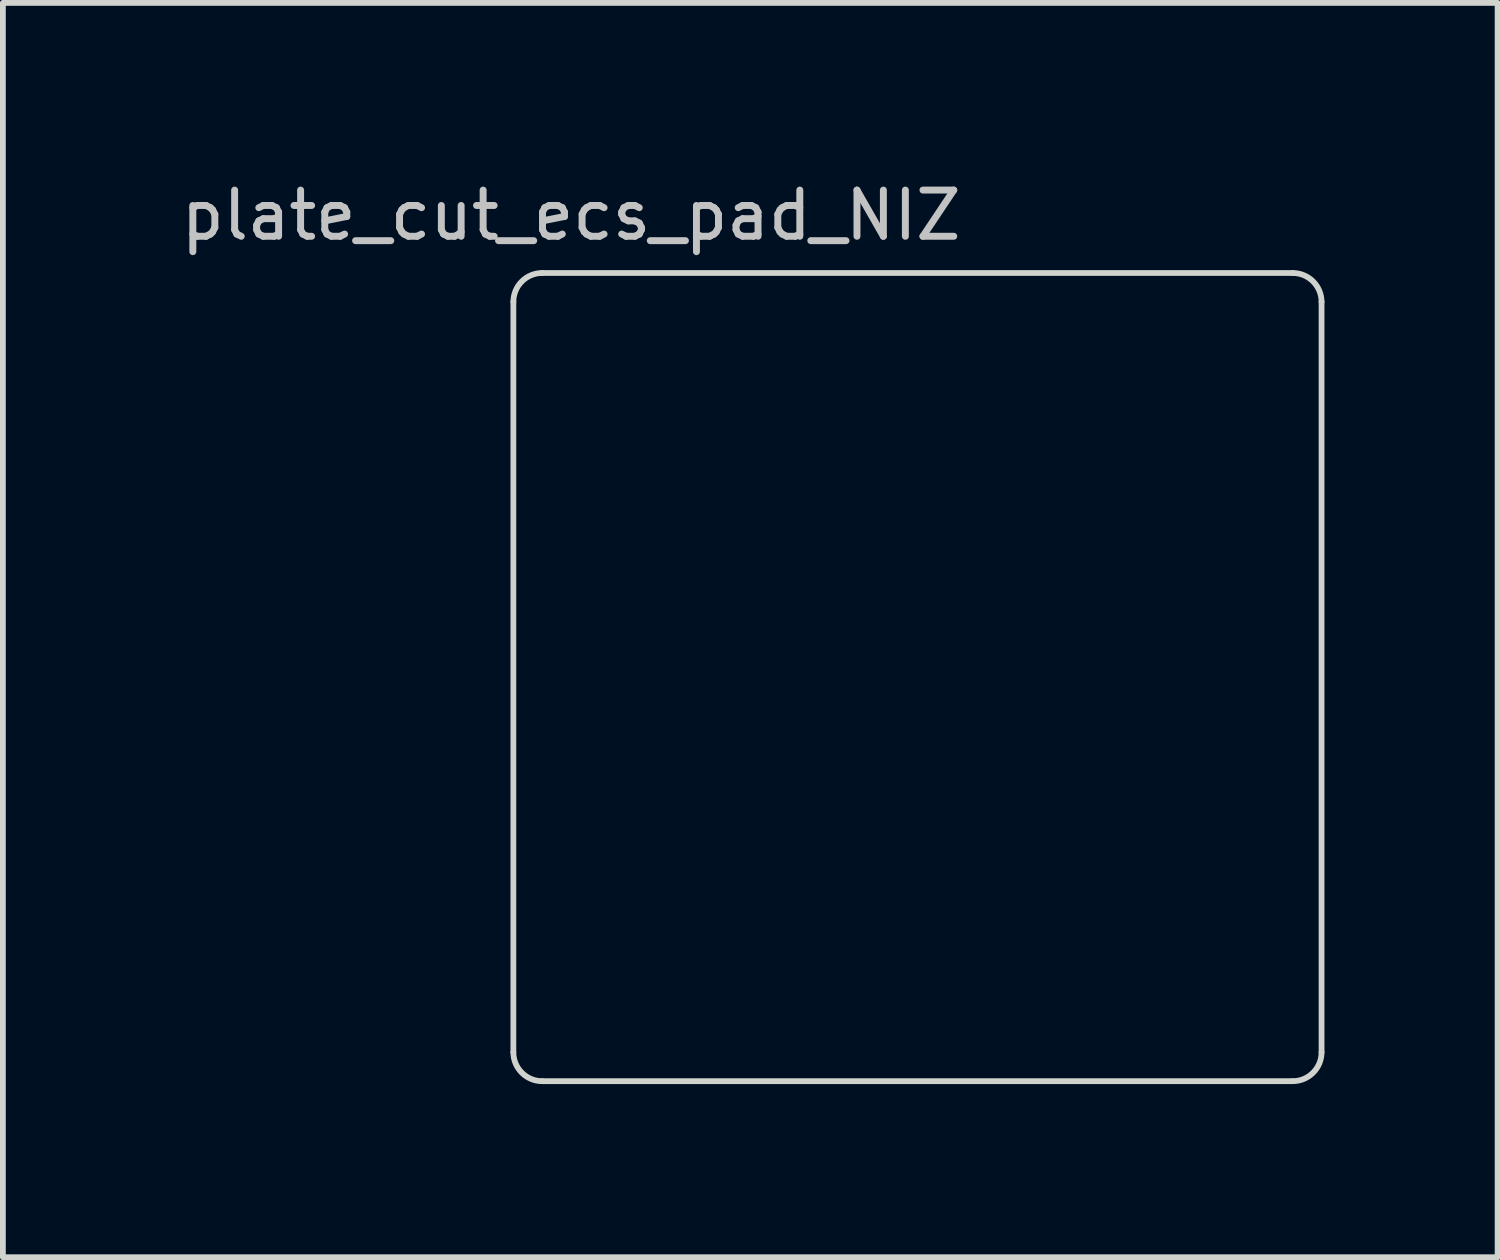
<source format=kicad_pcb>
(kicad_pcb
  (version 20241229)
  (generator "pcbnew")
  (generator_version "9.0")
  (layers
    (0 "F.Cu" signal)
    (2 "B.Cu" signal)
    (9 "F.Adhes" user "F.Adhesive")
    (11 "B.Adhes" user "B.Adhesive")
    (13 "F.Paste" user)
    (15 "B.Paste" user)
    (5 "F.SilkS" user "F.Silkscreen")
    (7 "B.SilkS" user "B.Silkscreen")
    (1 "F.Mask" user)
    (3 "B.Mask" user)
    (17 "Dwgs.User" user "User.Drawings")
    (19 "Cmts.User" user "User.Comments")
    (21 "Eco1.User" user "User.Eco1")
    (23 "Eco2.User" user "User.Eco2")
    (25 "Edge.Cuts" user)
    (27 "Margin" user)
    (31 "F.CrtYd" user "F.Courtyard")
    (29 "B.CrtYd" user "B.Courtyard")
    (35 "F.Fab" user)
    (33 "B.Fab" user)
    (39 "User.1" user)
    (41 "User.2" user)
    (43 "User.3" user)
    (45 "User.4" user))
  (footprint "plate_cut_ecs_pad_NIZ"
    (layer "F.Cu")
    (at 12.843 8.679)
    (property "Reference" "plate_cut_ecs_pad_NIZ" (at -6 -8 0) (layer "Dwgs.User") (effects (font (size 0.8 0.8) (thickness 0.12))))
    (attr smd)
    (fp_line (start -7 -6.5) (end -7 6.5) (stroke (width 0.1) (type solid)) (layer "Edge.Cuts"))
    (fp_line (start -6.5 -7) (end 6.5 -7) (stroke (width 0.1) (type solid)) (layer "Edge.Cuts"))
    (fp_line (start -6.5 7) (end 6.5 7) (stroke (width 0.1) (type solid)) (layer "Edge.Cuts"))
    (fp_line (start 7 -6.5) (end 7 6.5) (stroke (width 0.1) (type solid)) (layer "Edge.Cuts"))
    (fp_arc (start -7 -6.5) (mid -6.853553 -6.853553) (end -6.5 -7) (stroke (width 0.1) (type solid)) (layer "Edge.Cuts"))
    (fp_arc (start -6.5 7) (mid -6.853526 6.853525) (end -7 6.5) (stroke (width 0.1) (type solid)) (layer "Edge.Cuts"))
    (fp_arc (start 6.5 -7) (mid 6.853523 -6.853519) (end 7 -6.5) (stroke (width 0.1) (type solid)) (layer "Edge.Cuts"))
    (fp_arc (start 7 6.5) (mid 6.853552 6.853551) (end 6.5 7) (stroke (width 0.1) (type solid)) (layer "Edge.Cuts")))
  (gr_rect
    (start -3 -3)
    (end 22.893 18.729)
    (stroke (width 0.1) (type default))
    (fill no)
    (layer "Edge.Cuts")))
</source>
